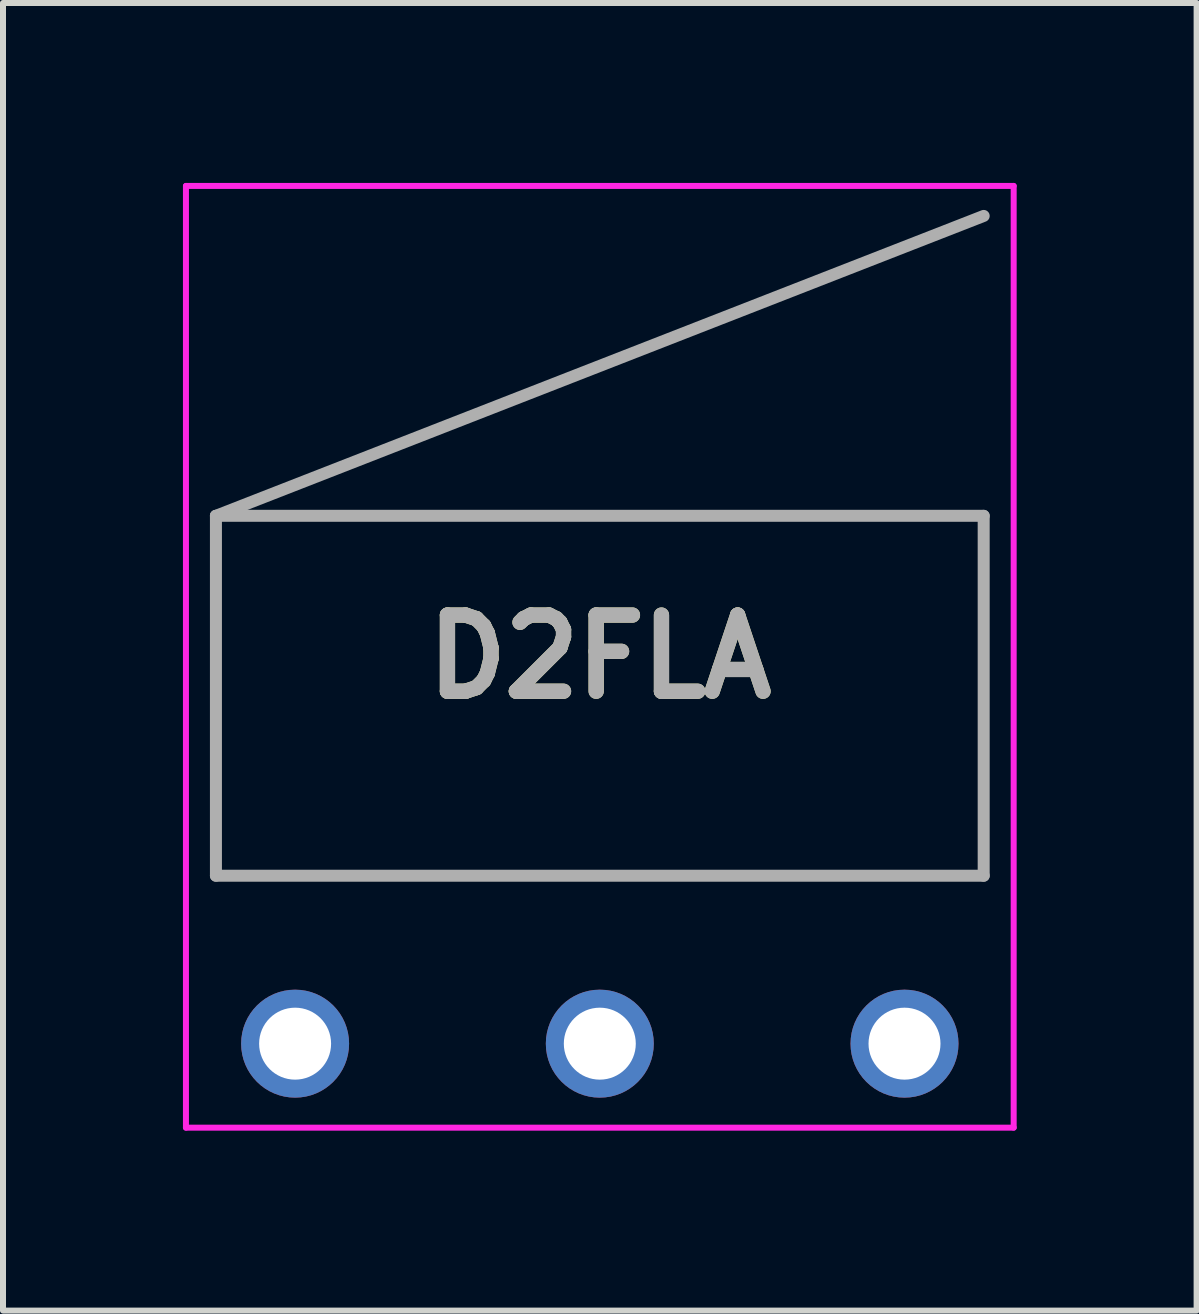
<source format=kicad_pcb>
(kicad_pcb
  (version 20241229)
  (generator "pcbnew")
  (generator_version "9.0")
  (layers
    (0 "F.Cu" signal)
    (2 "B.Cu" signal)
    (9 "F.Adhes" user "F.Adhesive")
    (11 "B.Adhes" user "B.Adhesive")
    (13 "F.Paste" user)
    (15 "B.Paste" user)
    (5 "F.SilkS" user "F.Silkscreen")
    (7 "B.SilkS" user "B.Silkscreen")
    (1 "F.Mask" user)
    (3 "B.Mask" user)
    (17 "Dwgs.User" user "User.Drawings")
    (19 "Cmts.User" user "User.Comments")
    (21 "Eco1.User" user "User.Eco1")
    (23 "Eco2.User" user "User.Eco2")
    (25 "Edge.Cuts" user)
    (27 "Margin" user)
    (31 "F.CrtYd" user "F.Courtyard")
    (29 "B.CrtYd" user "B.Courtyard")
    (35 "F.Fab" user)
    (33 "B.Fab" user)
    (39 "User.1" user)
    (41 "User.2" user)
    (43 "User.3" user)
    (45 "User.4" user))
  (footprint "D2FLA"
    (layer "F.Cu")
    (at 1.87 14.35)
    (property "Reference" "D2FLA" (at 5.08 -6.45 0) (layer "F.SilkS") (effects (font (size 1.27 1.27) (thickness 0.254))))
    (attr through_hole)
    (fp_line (start -1.32 -8.8) (end 11.48 -8.8) (stroke (width 0.1) (type solid)) (layer "F.SilkS"))
    (fp_line (start -1.32 -2.8) (end -1.32 -8.8) (stroke (width 0.1) (type solid)) (layer "F.SilkS"))
    (fp_line (start 11.48 -8.8) (end 11.48 -2.8) (stroke (width 0.1) (type solid)) (layer "F.SilkS"))
    (fp_line (start 11.48 -2.8) (end -1.32 -2.8) (stroke (width 0.1) (type solid)) (layer "F.SilkS"))
    (fp_line (start -1.82 -14.3) (end 11.98 -14.3) (stroke (width 0.1) (type solid)) (layer "F.CrtYd"))
    (fp_line (start -1.82 1.4) (end -1.82 -14.3) (stroke (width 0.1) (type solid)) (layer "F.CrtYd"))
    (fp_line (start 11.98 -14.3) (end 11.98 1.4) (stroke (width 0.1) (type solid)) (layer "F.CrtYd"))
    (fp_line (start 11.98 1.4) (end -1.82 1.4) (stroke (width 0.1) (type solid)) (layer "F.CrtYd"))
    (fp_line (start -1.32 -8.8) (end 11.48 -13.8) (stroke (width 0.2) (type solid)) (layer "F.Fab"))
    (fp_line (start -1.32 -8.8) (end 11.48 -8.8) (stroke (width 0.2) (type solid)) (layer "F.Fab"))
    (fp_line (start -1.32 -2.8) (end -1.32 -8.8) (stroke (width 0.2) (type solid)) (layer "F.Fab"))
    (fp_line (start 11.48 -8.8) (end 11.48 -2.8) (stroke (width 0.2) (type solid)) (layer "F.Fab"))
    (fp_line (start 11.48 -2.8) (end -1.32 -2.8) (stroke (width 0.2) (type solid)) (layer "F.Fab"))
    (fp_text user "${REFERENCE}" (at 5.08 -6.45 0) (layer "F.Fab") (effects (font (size 1.27 1.27) (thickness 0.254))))
    (pad "1" thru_hole circle (at 0 0) (size 1.8 1.8) (drill 1.2) (layers "*.Cu" "*.Mask"))
    (pad "2" thru_hole circle (at 5.08 0) (size 1.8 1.8) (drill 1.2) (layers "*.Cu" "*.Mask"))
    (pad "3" thru_hole circle (at 10.16 0) (size 1.8 1.8) (drill 1.2) (layers "*.Cu" "*.Mask")))
  (gr_rect
    (start -3 -3)
    (end 16.9 18.8)
    (stroke (width 0.1) (type default))
    (fill no)
    (layer "Edge.Cuts")))
</source>
